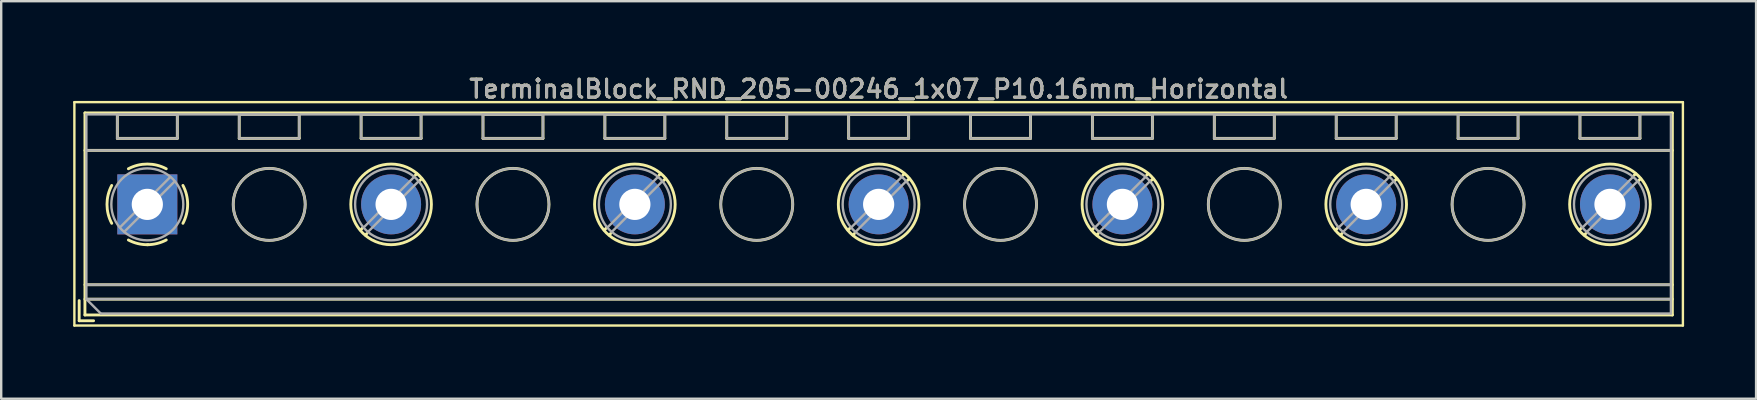
<source format=kicad_pcb>
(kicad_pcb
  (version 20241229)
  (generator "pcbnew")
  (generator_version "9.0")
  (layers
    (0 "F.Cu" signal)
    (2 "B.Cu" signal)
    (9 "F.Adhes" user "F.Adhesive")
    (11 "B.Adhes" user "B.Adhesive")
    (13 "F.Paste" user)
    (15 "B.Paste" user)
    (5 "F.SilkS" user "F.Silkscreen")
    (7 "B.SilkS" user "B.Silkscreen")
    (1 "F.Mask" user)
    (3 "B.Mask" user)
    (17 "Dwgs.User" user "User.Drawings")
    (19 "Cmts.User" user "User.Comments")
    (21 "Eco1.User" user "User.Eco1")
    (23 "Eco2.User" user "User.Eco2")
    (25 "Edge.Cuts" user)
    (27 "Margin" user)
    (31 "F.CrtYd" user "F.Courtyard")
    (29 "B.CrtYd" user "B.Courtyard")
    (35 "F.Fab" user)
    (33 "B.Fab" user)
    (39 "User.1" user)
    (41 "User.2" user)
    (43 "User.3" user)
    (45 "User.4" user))
  (footprint "TerminalBlock_RND_205-00246_1x07_P10.16mm_Horizontal"
    (layer "F.Cu")
    (at 3.09 5.468)
    (property "Reference" "TerminalBlock_RND_205-00246_1x07_P10.16mm_Horizontal" (at 30.48 -4.81 0) (layer "F.SilkS") (effects (font (size 0.75 0.75) (thickness 0.125))))
    (attr through_hole)
    (fp_line (start -3.04 -4.26) (end -3.04 5.05) (stroke (width 0.1) (type solid)) (layer "F.SilkS"))
    (fp_line (start -3.04 5.05) (end 64 5.05) (stroke (width 0.1) (type solid)) (layer "F.SilkS"))
    (fp_line (start -2.84 4.01) (end -2.84 4.85) (stroke (width 0.12) (type solid)) (layer "F.SilkS"))
    (fp_line (start -2.84 4.85) (end -2.24 4.85) (stroke (width 0.12) (type solid)) (layer "F.SilkS"))
    (fp_line (start -2.6 -3.811) (end -2.6 4.61) (stroke (width 0.12) (type solid)) (layer "F.SilkS"))
    (fp_line (start -2.6 -3.811) (end 63.561 -3.811) (stroke (width 0.12) (type solid)) (layer "F.SilkS"))
    (fp_line (start -2.6 -2.251) (end 63.561 -2.251) (stroke (width 0.12) (type solid)) (layer "F.SilkS"))
    (fp_line (start -2.6 3.35) (end 63.561 3.35) (stroke (width 0.12) (type solid)) (layer "F.SilkS"))
    (fp_line (start -2.6 3.95) (end 63.561 3.95) (stroke (width 0.12) (type solid)) (layer "F.SilkS"))
    (fp_line (start -2.6 4.61) (end 63.561 4.61) (stroke (width 0.12) (type solid)) (layer "F.SilkS"))
    (fp_line (start -1.25 -3.751) (end -1.25 -2.751) (stroke (width 0.12) (type solid)) (layer "F.SilkS"))
    (fp_line (start -1.25 -3.751) (end 1.25 -3.751) (stroke (width 0.12) (type solid)) (layer "F.SilkS"))
    (fp_line (start -1.25 -2.751) (end 1.25 -2.751) (stroke (width 0.12) (type solid)) (layer "F.SilkS"))
    (fp_line (start 1.25 -3.751) (end 1.25 -2.751) (stroke (width 0.12) (type solid)) (layer "F.SilkS"))
    (fp_line (start 3.83 -3.751) (end 3.83 -2.751) (stroke (width 0.12) (type solid)) (layer "F.SilkS"))
    (fp_line (start 3.83 -3.751) (end 6.33 -3.751) (stroke (width 0.12) (type solid)) (layer "F.SilkS"))
    (fp_line (start 3.83 -2.751) (end 6.33 -2.751) (stroke (width 0.12) (type solid)) (layer "F.SilkS"))
    (fp_line (start 6.33 -3.751) (end 6.33 -2.751) (stroke (width 0.12) (type solid)) (layer "F.SilkS"))
    (fp_line (start 8.91 -3.751) (end 8.91 -2.751) (stroke (width 0.12) (type solid)) (layer "F.SilkS"))
    (fp_line (start 8.91 -3.751) (end 11.41 -3.751) (stroke (width 0.12) (type solid)) (layer "F.SilkS"))
    (fp_line (start 8.91 -2.751) (end 11.41 -2.751) (stroke (width 0.12) (type solid)) (layer "F.SilkS"))
    (fp_line (start 8.98 0.976) (end 8.886 1.069) (stroke (width 0.12) (type solid)) (layer "F.SilkS"))
    (fp_line (start 9.15 1.216) (end 9.091 1.274) (stroke (width 0.12) (type solid)) (layer "F.SilkS"))
    (fp_line (start 11.23 -1.275) (end 11.171 -1.216) (stroke (width 0.12) (type solid)) (layer "F.SilkS"))
    (fp_line (start 11.41 -3.751) (end 11.41 -2.751) (stroke (width 0.12) (type solid)) (layer "F.SilkS"))
    (fp_line (start 11.435 -1.069) (end 11.341 -0.976) (stroke (width 0.12) (type solid)) (layer "F.SilkS"))
    (fp_line (start 13.99 -3.751) (end 13.99 -2.751) (stroke (width 0.12) (type solid)) (layer "F.SilkS"))
    (fp_line (start 13.99 -3.751) (end 16.49 -3.751) (stroke (width 0.12) (type solid)) (layer "F.SilkS"))
    (fp_line (start 13.99 -2.751) (end 16.49 -2.751) (stroke (width 0.12) (type solid)) (layer "F.SilkS"))
    (fp_line (start 16.49 -3.751) (end 16.49 -2.751) (stroke (width 0.12) (type solid)) (layer "F.SilkS"))
    (fp_line (start 19.07 -3.751) (end 19.07 -2.751) (stroke (width 0.12) (type solid)) (layer "F.SilkS"))
    (fp_line (start 19.07 -3.751) (end 21.57 -3.751) (stroke (width 0.12) (type solid)) (layer "F.SilkS"))
    (fp_line (start 19.07 -2.751) (end 21.57 -2.751) (stroke (width 0.12) (type solid)) (layer "F.SilkS"))
    (fp_line (start 19.14 0.976) (end 19.046 1.069) (stroke (width 0.12) (type solid)) (layer "F.SilkS"))
    (fp_line (start 19.31 1.216) (end 19.251 1.274) (stroke (width 0.12) (type solid)) (layer "F.SilkS"))
    (fp_line (start 21.39 -1.275) (end 21.331 -1.216) (stroke (width 0.12) (type solid)) (layer "F.SilkS"))
    (fp_line (start 21.57 -3.751) (end 21.57 -2.751) (stroke (width 0.12) (type solid)) (layer "F.SilkS"))
    (fp_line (start 21.595 -1.069) (end 21.501 -0.976) (stroke (width 0.12) (type solid)) (layer "F.SilkS"))
    (fp_line (start 24.15 -3.751) (end 24.15 -2.751) (stroke (width 0.12) (type solid)) (layer "F.SilkS"))
    (fp_line (start 24.15 -3.751) (end 26.65 -3.751) (stroke (width 0.12) (type solid)) (layer "F.SilkS"))
    (fp_line (start 24.15 -2.751) (end 26.65 -2.751) (stroke (width 0.12) (type solid)) (layer "F.SilkS"))
    (fp_line (start 26.65 -3.751) (end 26.65 -2.751) (stroke (width 0.12) (type solid)) (layer "F.SilkS"))
    (fp_line (start 29.23 -3.751) (end 29.23 -2.751) (stroke (width 0.12) (type solid)) (layer "F.SilkS"))
    (fp_line (start 29.23 -3.751) (end 31.73 -3.751) (stroke (width 0.12) (type solid)) (layer "F.SilkS"))
    (fp_line (start 29.23 -2.751) (end 31.73 -2.751) (stroke (width 0.12) (type solid)) (layer "F.SilkS"))
    (fp_line (start 29.3 0.976) (end 29.206 1.069) (stroke (width 0.12) (type solid)) (layer "F.SilkS"))
    (fp_line (start 29.47 1.216) (end 29.411 1.274) (stroke (width 0.12) (type solid)) (layer "F.SilkS"))
    (fp_line (start 31.55 -1.275) (end 31.491 -1.216) (stroke (width 0.12) (type solid)) (layer "F.SilkS"))
    (fp_line (start 31.73 -3.751) (end 31.73 -2.751) (stroke (width 0.12) (type solid)) (layer "F.SilkS"))
    (fp_line (start 31.755 -1.069) (end 31.661 -0.976) (stroke (width 0.12) (type solid)) (layer "F.SilkS"))
    (fp_line (start 34.31 -3.751) (end 34.31 -2.751) (stroke (width 0.12) (type solid)) (layer "F.SilkS"))
    (fp_line (start 34.31 -3.751) (end 36.81 -3.751) (stroke (width 0.12) (type solid)) (layer "F.SilkS"))
    (fp_line (start 34.31 -2.751) (end 36.81 -2.751) (stroke (width 0.12) (type solid)) (layer "F.SilkS"))
    (fp_line (start 36.81 -3.751) (end 36.81 -2.751) (stroke (width 0.12) (type solid)) (layer "F.SilkS"))
    (fp_line (start 39.39 -3.751) (end 39.39 -2.751) (stroke (width 0.12) (type solid)) (layer "F.SilkS"))
    (fp_line (start 39.39 -3.751) (end 41.89 -3.751) (stroke (width 0.12) (type solid)) (layer "F.SilkS"))
    (fp_line (start 39.39 -2.751) (end 41.89 -2.751) (stroke (width 0.12) (type solid)) (layer "F.SilkS"))
    (fp_line (start 39.46 0.976) (end 39.366 1.069) (stroke (width 0.12) (type solid)) (layer "F.SilkS"))
    (fp_line (start 39.63 1.216) (end 39.571 1.274) (stroke (width 0.12) (type solid)) (layer "F.SilkS"))
    (fp_line (start 41.71 -1.275) (end 41.651 -1.216) (stroke (width 0.12) (type solid)) (layer "F.SilkS"))
    (fp_line (start 41.89 -3.751) (end 41.89 -2.751) (stroke (width 0.12) (type solid)) (layer "F.SilkS"))
    (fp_line (start 41.915 -1.069) (end 41.821 -0.976) (stroke (width 0.12) (type solid)) (layer "F.SilkS"))
    (fp_line (start 44.47 -3.751) (end 44.47 -2.751) (stroke (width 0.12) (type solid)) (layer "F.SilkS"))
    (fp_line (start 44.47 -3.751) (end 46.97 -3.751) (stroke (width 0.12) (type solid)) (layer "F.SilkS"))
    (fp_line (start 44.47 -2.751) (end 46.97 -2.751) (stroke (width 0.12) (type solid)) (layer "F.SilkS"))
    (fp_line (start 46.97 -3.751) (end 46.97 -2.751) (stroke (width 0.12) (type solid)) (layer "F.SilkS"))
    (fp_line (start 49.55 -3.751) (end 49.55 -2.751) (stroke (width 0.12) (type solid)) (layer "F.SilkS"))
    (fp_line (start 49.55 -3.751) (end 52.05 -3.751) (stroke (width 0.12) (type solid)) (layer "F.SilkS"))
    (fp_line (start 49.55 -2.751) (end 52.05 -2.751) (stroke (width 0.12) (type solid)) (layer "F.SilkS"))
    (fp_line (start 49.62 0.976) (end 49.526 1.069) (stroke (width 0.12) (type solid)) (layer "F.SilkS"))
    (fp_line (start 49.79 1.216) (end 49.731 1.274) (stroke (width 0.12) (type solid)) (layer "F.SilkS"))
    (fp_line (start 51.87 -1.275) (end 51.811 -1.216) (stroke (width 0.12) (type solid)) (layer "F.SilkS"))
    (fp_line (start 52.05 -3.751) (end 52.05 -2.751) (stroke (width 0.12) (type solid)) (layer "F.SilkS"))
    (fp_line (start 52.075 -1.069) (end 51.981 -0.976) (stroke (width 0.12) (type solid)) (layer "F.SilkS"))
    (fp_line (start 54.63 -3.751) (end 54.63 -2.751) (stroke (width 0.12) (type solid)) (layer "F.SilkS"))
    (fp_line (start 54.63 -3.751) (end 57.13 -3.751) (stroke (width 0.12) (type solid)) (layer "F.SilkS"))
    (fp_line (start 54.63 -2.751) (end 57.13 -2.751) (stroke (width 0.12) (type solid)) (layer "F.SilkS"))
    (fp_line (start 57.13 -3.751) (end 57.13 -2.751) (stroke (width 0.12) (type solid)) (layer "F.SilkS"))
    (fp_line (start 59.71 -3.751) (end 59.71 -2.751) (stroke (width 0.12) (type solid)) (layer "F.SilkS"))
    (fp_line (start 59.71 -3.751) (end 62.21 -3.751) (stroke (width 0.12) (type solid)) (layer "F.SilkS"))
    (fp_line (start 59.71 -2.751) (end 62.21 -2.751) (stroke (width 0.12) (type solid)) (layer "F.SilkS"))
    (fp_line (start 59.78 0.976) (end 59.686 1.069) (stroke (width 0.12) (type solid)) (layer "F.SilkS"))
    (fp_line (start 59.95 1.216) (end 59.891 1.274) (stroke (width 0.12) (type solid)) (layer "F.SilkS"))
    (fp_line (start 62.03 -1.275) (end 61.971 -1.216) (stroke (width 0.12) (type solid)) (layer "F.SilkS"))
    (fp_line (start 62.21 -3.751) (end 62.21 -2.751) (stroke (width 0.12) (type solid)) (layer "F.SilkS"))
    (fp_line (start 62.235 -1.069) (end 62.141 -0.976) (stroke (width 0.12) (type solid)) (layer "F.SilkS"))
    (fp_line (start 63.561 -3.811) (end 63.561 4.61) (stroke (width 0.12) (type solid)) (layer "F.SilkS"))
    (fp_line (start 64 -4.26) (end -3.04 -4.26) (stroke (width 0.1) (type solid)) (layer "F.SilkS"))
    (fp_line (start 64 5.05) (end 64 -4.26) (stroke (width 0.1) (type solid)) (layer "F.SilkS"))
    (fp_arc (start -1.483953 0.789089) (mid -1.680708 0.00005) (end -1.484 -0.789) (stroke (width 0.12) (type solid)) (layer "F.SilkS"))
    (fp_arc (start -0.789089 -1.483953) (mid -0.00005 -1.680708) (end 0.789 -1.484) (stroke (width 0.12) (type solid)) (layer "F.SilkS"))
    (fp_arc (start 0.029383 1.68045) (mid -0.392304 1.634281) (end -0.789 1.484) (stroke (width 0.12) (type solid)) (layer "F.SilkS"))
    (fp_arc (start 0.788712 1.483352) (mid 0.406429 1.630097) (end 0 1.68) (stroke (width 0.12) (type solid)) (layer "F.SilkS"))
    (fp_arc (start 1.483953 -0.789089) (mid 1.680708 -0.00005) (end 1.484 0.789) (stroke (width 0.12) (type solid)) (layer "F.SilkS"))
    (fp_circle (center 5.08 0) (end 6.58 0) (stroke (width 0.12) (type solid)) (fill no) (layer "F.SilkS"))
    (fp_circle (center 10.16 0) (end 11.84 0) (stroke (width 0.12) (type solid)) (fill no) (layer "F.SilkS"))
    (fp_circle (center 15.24 0) (end 16.74 0) (stroke (width 0.12) (type solid)) (fill no) (layer "F.SilkS"))
    (fp_circle (center 20.32 0) (end 22 0) (stroke (width 0.12) (type solid)) (fill no) (layer "F.SilkS"))
    (fp_circle (center 25.4 0) (end 26.9 0) (stroke (width 0.12) (type solid)) (fill no) (layer "F.SilkS"))
    (fp_circle (center 30.48 0) (end 32.16 0) (stroke (width 0.12) (type solid)) (fill no) (layer "F.SilkS"))
    (fp_circle (center 35.56 0) (end 37.06 0) (stroke (width 0.12) (type solid)) (fill no) (layer "F.SilkS"))
    (fp_circle (center 40.64 0) (end 42.32 0) (stroke (width 0.12) (type solid)) (fill no) (layer "F.SilkS"))
    (fp_circle (center 45.72 0) (end 47.22 0) (stroke (width 0.12) (type solid)) (fill no) (layer "F.SilkS"))
    (fp_circle (center 50.8 0) (end 52.48 0) (stroke (width 0.12) (type solid)) (fill no) (layer "F.SilkS"))
    (fp_circle (center 55.88 0) (end 57.38 0) (stroke (width 0.12) (type solid)) (fill no) (layer "F.SilkS"))
    (fp_circle (center 60.96 0) (end 62.64 0) (stroke (width 0.12) (type solid)) (fill no) (layer "F.SilkS"))
    (fp_line (start -2.54 -3.75) (end 63.5 -3.75) (stroke (width 0.1) (type solid)) (layer "F.Fab"))
    (fp_line (start -2.54 -2.25) (end 63.5 -2.25) (stroke (width 0.1) (type solid)) (layer "F.Fab"))
    (fp_line (start -2.54 3.35) (end 63.5 3.35) (stroke (width 0.1) (type solid)) (layer "F.Fab"))
    (fp_line (start -2.54 3.95) (end -2.54 -3.75) (stroke (width 0.1) (type solid)) (layer "F.Fab"))
    (fp_line (start -2.54 3.95) (end 63.5 3.95) (stroke (width 0.1) (type solid)) (layer "F.Fab"))
    (fp_line (start -1.94 4.55) (end -2.54 3.95) (stroke (width 0.1) (type solid)) (layer "F.Fab"))
    (fp_line (start -1.25 -3.75) (end -1.25 -2.75) (stroke (width 0.1) (type solid)) (layer "F.Fab"))
    (fp_line (start -1.25 -2.75) (end 1.25 -2.75) (stroke (width 0.1) (type solid)) (layer "F.Fab"))
    (fp_line (start 0.955 -1.138) (end -1.138 0.955) (stroke (width 0.1) (type solid)) (layer "F.Fab"))
    (fp_line (start 1.138 -0.955) (end -0.955 1.138) (stroke (width 0.1) (type solid)) (layer "F.Fab"))
    (fp_line (start 1.25 -3.75) (end -1.25 -3.75) (stroke (width 0.1) (type solid)) (layer "F.Fab"))
    (fp_line (start 1.25 -2.75) (end 1.25 -3.75) (stroke (width 0.1) (type solid)) (layer "F.Fab"))
    (fp_line (start 3.83 -3.75) (end 3.83 -2.75) (stroke (width 0.1) (type solid)) (layer "F.Fab"))
    (fp_line (start 3.83 -2.75) (end 6.33 -2.75) (stroke (width 0.1) (type solid)) (layer "F.Fab"))
    (fp_line (start 6.33 -3.75) (end 3.83 -3.75) (stroke (width 0.1) (type solid)) (layer "F.Fab"))
    (fp_line (start 6.33 -2.75) (end 6.33 -3.75) (stroke (width 0.1) (type solid)) (layer "F.Fab"))
    (fp_line (start 8.91 -3.75) (end 8.91 -2.75) (stroke (width 0.1) (type solid)) (layer "F.Fab"))
    (fp_line (start 8.91 -2.75) (end 11.41 -2.75) (stroke (width 0.1) (type solid)) (layer "F.Fab"))
    (fp_line (start 11.115 -1.138) (end 9.023 0.955) (stroke (width 0.1) (type solid)) (layer "F.Fab"))
    (fp_line (start 11.298 -0.955) (end 9.206 1.138) (stroke (width 0.1) (type solid)) (layer "F.Fab"))
    (fp_line (start 11.41 -3.75) (end 8.91 -3.75) (stroke (width 0.1) (type solid)) (layer "F.Fab"))
    (fp_line (start 11.41 -2.75) (end 11.41 -3.75) (stroke (width 0.1) (type solid)) (layer "F.Fab"))
    (fp_line (start 13.99 -3.75) (end 13.99 -2.75) (stroke (width 0.1) (type solid)) (layer "F.Fab"))
    (fp_line (start 13.99 -2.75) (end 16.49 -2.75) (stroke (width 0.1) (type solid)) (layer "F.Fab"))
    (fp_line (start 16.49 -3.75) (end 13.99 -3.75) (stroke (width 0.1) (type solid)) (layer "F.Fab"))
    (fp_line (start 16.49 -2.75) (end 16.49 -3.75) (stroke (width 0.1) (type solid)) (layer "F.Fab"))
    (fp_line (start 19.07 -3.75) (end 19.07 -2.75) (stroke (width 0.1) (type solid)) (layer "F.Fab"))
    (fp_line (start 19.07 -2.75) (end 21.57 -2.75) (stroke (width 0.1) (type solid)) (layer "F.Fab"))
    (fp_line (start 21.275 -1.138) (end 19.183 0.955) (stroke (width 0.1) (type solid)) (layer "F.Fab"))
    (fp_line (start 21.458 -0.955) (end 19.366 1.138) (stroke (width 0.1) (type solid)) (layer "F.Fab"))
    (fp_line (start 21.57 -3.75) (end 19.07 -3.75) (stroke (width 0.1) (type solid)) (layer "F.Fab"))
    (fp_line (start 21.57 -2.75) (end 21.57 -3.75) (stroke (width 0.1) (type solid)) (layer "F.Fab"))
    (fp_line (start 24.15 -3.75) (end 24.15 -2.75) (stroke (width 0.1) (type solid)) (layer "F.Fab"))
    (fp_line (start 24.15 -2.75) (end 26.65 -2.75) (stroke (width 0.1) (type solid)) (layer "F.Fab"))
    (fp_line (start 26.65 -3.75) (end 24.15 -3.75) (stroke (width 0.1) (type solid)) (layer "F.Fab"))
    (fp_line (start 26.65 -2.75) (end 26.65 -3.75) (stroke (width 0.1) (type solid)) (layer "F.Fab"))
    (fp_line (start 29.23 -3.75) (end 29.23 -2.75) (stroke (width 0.1) (type solid)) (layer "F.Fab"))
    (fp_line (start 29.23 -2.75) (end 31.73 -2.75) (stroke (width 0.1) (type solid)) (layer "F.Fab"))
    (fp_line (start 31.435 -1.138) (end 29.343 0.955) (stroke (width 0.1) (type solid)) (layer "F.Fab"))
    (fp_line (start 31.618 -0.955) (end 29.526 1.138) (stroke (width 0.1) (type solid)) (layer "F.Fab"))
    (fp_line (start 31.73 -3.75) (end 29.23 -3.75) (stroke (width 0.1) (type solid)) (layer "F.Fab"))
    (fp_line (start 31.73 -2.75) (end 31.73 -3.75) (stroke (width 0.1) (type solid)) (layer "F.Fab"))
    (fp_line (start 34.31 -3.75) (end 34.31 -2.75) (stroke (width 0.1) (type solid)) (layer "F.Fab"))
    (fp_line (start 34.31 -2.75) (end 36.81 -2.75) (stroke (width 0.1) (type solid)) (layer "F.Fab"))
    (fp_line (start 36.81 -3.75) (end 34.31 -3.75) (stroke (width 0.1) (type solid)) (layer "F.Fab"))
    (fp_line (start 36.81 -2.75) (end 36.81 -3.75) (stroke (width 0.1) (type solid)) (layer "F.Fab"))
    (fp_line (start 39.39 -3.75) (end 39.39 -2.75) (stroke (width 0.1) (type solid)) (layer "F.Fab"))
    (fp_line (start 39.39 -2.75) (end 41.89 -2.75) (stroke (width 0.1) (type solid)) (layer "F.Fab"))
    (fp_line (start 41.595 -1.138) (end 39.503 0.955) (stroke (width 0.1) (type solid)) (layer "F.Fab"))
    (fp_line (start 41.778 -0.955) (end 39.686 1.138) (stroke (width 0.1) (type solid)) (layer "F.Fab"))
    (fp_line (start 41.89 -3.75) (end 39.39 -3.75) (stroke (width 0.1) (type solid)) (layer "F.Fab"))
    (fp_line (start 41.89 -2.75) (end 41.89 -3.75) (stroke (width 0.1) (type solid)) (layer "F.Fab"))
    (fp_line (start 44.47 -3.75) (end 44.47 -2.75) (stroke (width 0.1) (type solid)) (layer "F.Fab"))
    (fp_line (start 44.47 -2.75) (end 46.97 -2.75) (stroke (width 0.1) (type solid)) (layer "F.Fab"))
    (fp_line (start 46.97 -3.75) (end 44.47 -3.75) (stroke (width 0.1) (type solid)) (layer "F.Fab"))
    (fp_line (start 46.97 -2.75) (end 46.97 -3.75) (stroke (width 0.1) (type solid)) (layer "F.Fab"))
    (fp_line (start 49.55 -3.75) (end 49.55 -2.75) (stroke (width 0.1) (type solid)) (layer "F.Fab"))
    (fp_line (start 49.55 -2.75) (end 52.05 -2.75) (stroke (width 0.1) (type solid)) (layer "F.Fab"))
    (fp_line (start 51.755 -1.138) (end 49.663 0.955) (stroke (width 0.1) (type solid)) (layer "F.Fab"))
    (fp_line (start 51.938 -0.955) (end 49.846 1.138) (stroke (width 0.1) (type solid)) (layer "F.Fab"))
    (fp_line (start 52.05 -3.75) (end 49.55 -3.75) (stroke (width 0.1) (type solid)) (layer "F.Fab"))
    (fp_line (start 52.05 -2.75) (end 52.05 -3.75) (stroke (width 0.1) (type solid)) (layer "F.Fab"))
    (fp_line (start 54.63 -3.75) (end 54.63 -2.75) (stroke (width 0.1) (type solid)) (layer "F.Fab"))
    (fp_line (start 54.63 -2.75) (end 57.13 -2.75) (stroke (width 0.1) (type solid)) (layer "F.Fab"))
    (fp_line (start 57.13 -3.75) (end 54.63 -3.75) (stroke (width 0.1) (type solid)) (layer "F.Fab"))
    (fp_line (start 57.13 -2.75) (end 57.13 -3.75) (stroke (width 0.1) (type solid)) (layer "F.Fab"))
    (fp_line (start 59.71 -3.75) (end 59.71 -2.75) (stroke (width 0.1) (type solid)) (layer "F.Fab"))
    (fp_line (start 59.71 -2.75) (end 62.21 -2.75) (stroke (width 0.1) (type solid)) (layer "F.Fab"))
    (fp_line (start 61.915 -1.138) (end 59.823 0.955) (stroke (width 0.1) (type solid)) (layer "F.Fab"))
    (fp_line (start 62.098 -0.955) (end 60.006 1.138) (stroke (width 0.1) (type solid)) (layer "F.Fab"))
    (fp_line (start 62.21 -3.75) (end 59.71 -3.75) (stroke (width 0.1) (type solid)) (layer "F.Fab"))
    (fp_line (start 62.21 -2.75) (end 62.21 -3.75) (stroke (width 0.1) (type solid)) (layer "F.Fab"))
    (fp_line (start 63.5 -3.75) (end 63.5 4.55) (stroke (width 0.1) (type solid)) (layer "F.Fab"))
    (fp_line (start 63.5 4.55) (end -1.94 4.55) (stroke (width 0.1) (type solid)) (layer "F.Fab"))
    (fp_circle (center 0 0) (end 1.5 0) (stroke (width 0.1) (type solid)) (fill no) (layer "F.Fab"))
    (fp_circle (center 5.08 0) (end 6.58 0) (stroke (width 0.1) (type solid)) (fill no) (layer "F.Fab"))
    (fp_circle (center 10.16 0) (end 11.66 0) (stroke (width 0.1) (type solid)) (fill no) (layer "F.Fab"))
    (fp_circle (center 15.24 0) (end 16.74 0) (stroke (width 0.1) (type solid)) (fill no) (layer "F.Fab"))
    (fp_circle (center 20.32 0) (end 21.82 0) (stroke (width 0.1) (type solid)) (fill no) (layer "F.Fab"))
    (fp_circle (center 25.4 0) (end 26.9 0) (stroke (width 0.1) (type solid)) (fill no) (layer "F.Fab"))
    (fp_circle (center 30.48 0) (end 31.98 0) (stroke (width 0.1) (type solid)) (fill no) (layer "F.Fab"))
    (fp_circle (center 35.56 0) (end 37.06 0) (stroke (width 0.1) (type solid)) (fill no) (layer "F.Fab"))
    (fp_circle (center 40.64 0) (end 42.14 0) (stroke (width 0.1) (type solid)) (fill no) (layer "F.Fab"))
    (fp_circle (center 45.72 0) (end 47.22 0) (stroke (width 0.1) (type solid)) (fill no) (layer "F.Fab"))
    (fp_circle (center 50.8 0) (end 52.3 0) (stroke (width 0.1) (type solid)) (fill no) (layer "F.Fab"))
    (fp_circle (center 55.88 0) (end 57.38 0) (stroke (width 0.1) (type solid)) (fill no) (layer "F.Fab"))
    (fp_circle (center 60.96 0) (end 62.46 0) (stroke (width 0.1) (type solid)) (fill no) (layer "F.Fab"))
    (fp_text user "${REFERENCE}" (at 30.48 -4.81 0) (layer "F.Fab") (effects (font (size 0.75 0.75) (thickness 0.125))))
    (pad "1" thru_hole rect (at 0 0) (size 2.5 2.5) (drill 1.3) (layers "*.Cu" "*.Mask"))
    (pad "2" thru_hole circle (at 10.16 0) (size 2.5 2.5) (drill 1.3) (layers "*.Cu" "*.Mask"))
    (pad "3" thru_hole circle (at 20.32 0) (size 2.5 2.5) (drill 1.3) (layers "*.Cu" "*.Mask"))
    (pad "4" thru_hole circle (at 30.48 0) (size 2.5 2.5) (drill 1.3) (layers "*.Cu" "*.Mask"))
    (pad "5" thru_hole circle (at 40.64 0) (size 2.5 2.5) (drill 1.3) (layers "*.Cu" "*.Mask"))
    (pad "6" thru_hole circle (at 50.8 0) (size 2.5 2.5) (drill 1.3) (layers "*.Cu" "*.Mask"))
    (pad "7" thru_hole circle (at 60.96 0) (size 2.5 2.5) (drill 1.3) (layers "*.Cu" "*.Mask")))
  (gr_rect
    (start -3 -3)
    (end 70.14 13.568)
    (stroke (width 0.1) (type default))
    (fill no)
    (layer "Edge.Cuts")))
</source>
